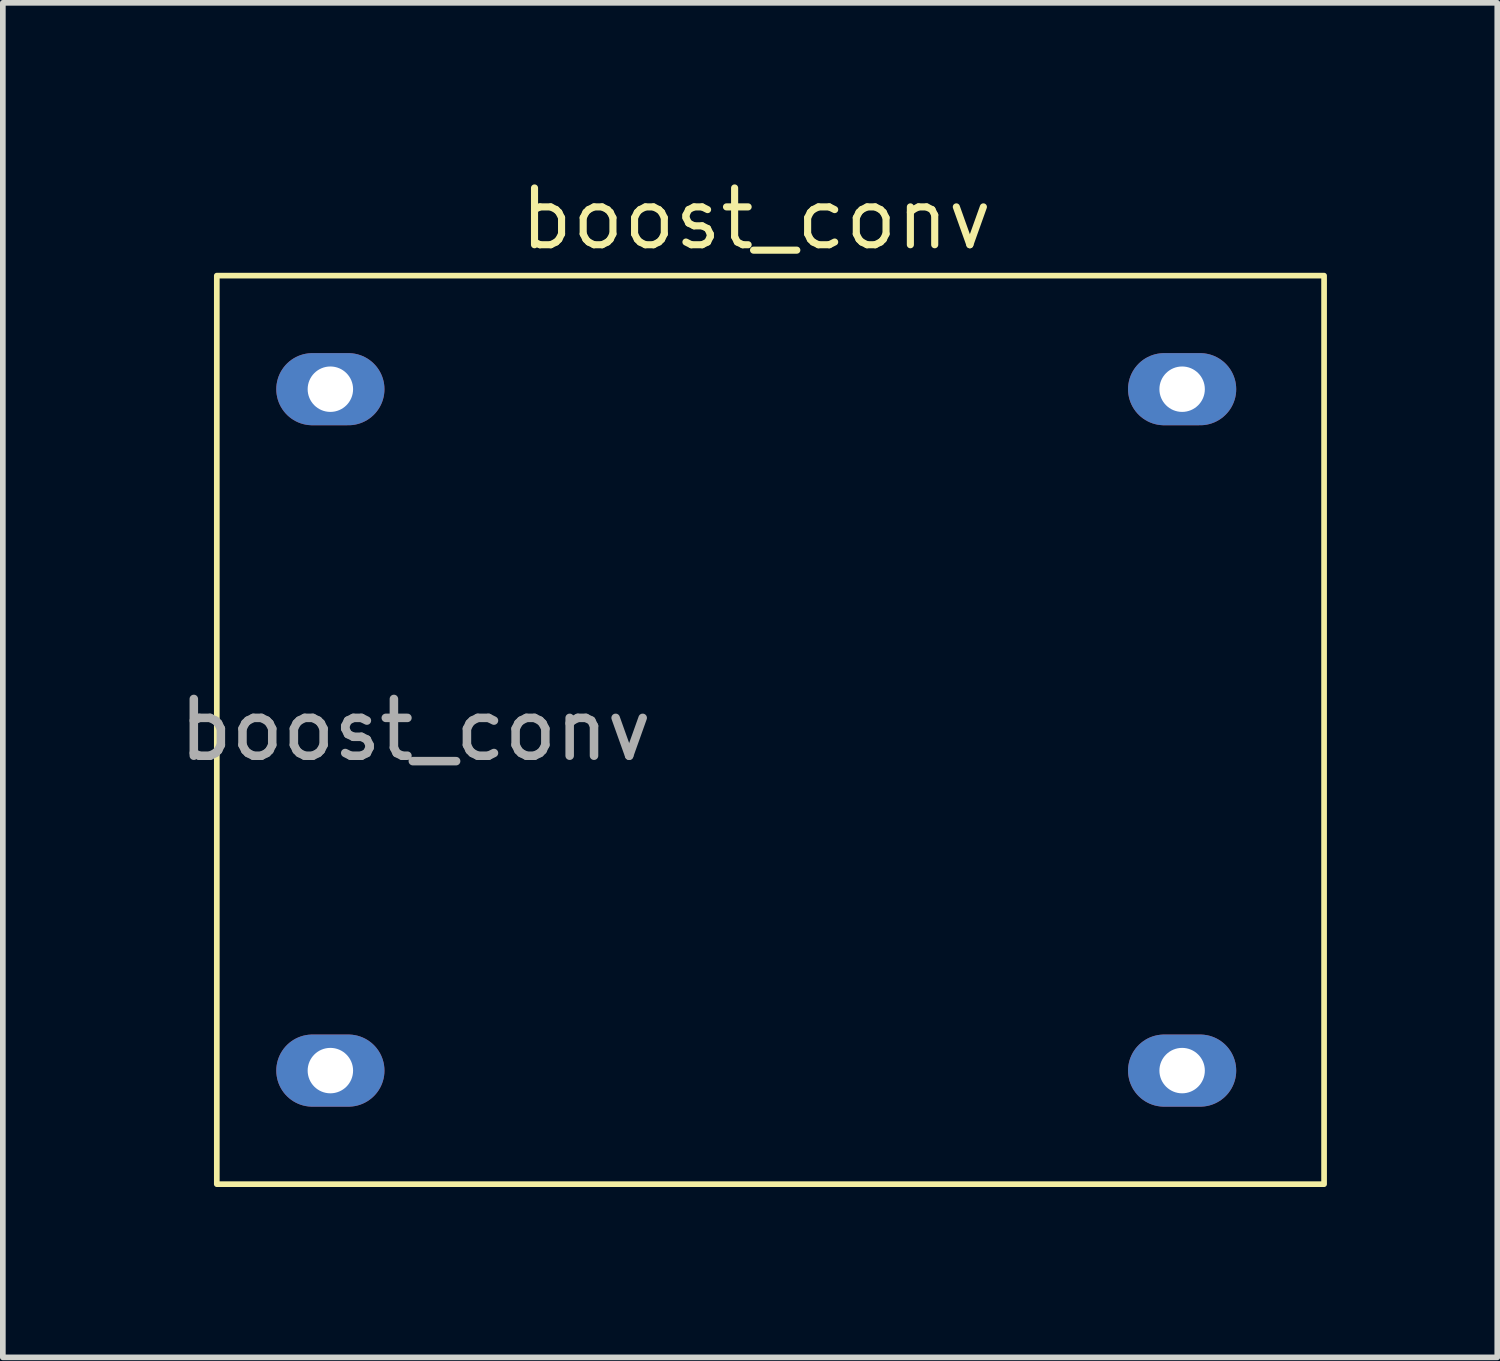
<source format=kicad_pcb>
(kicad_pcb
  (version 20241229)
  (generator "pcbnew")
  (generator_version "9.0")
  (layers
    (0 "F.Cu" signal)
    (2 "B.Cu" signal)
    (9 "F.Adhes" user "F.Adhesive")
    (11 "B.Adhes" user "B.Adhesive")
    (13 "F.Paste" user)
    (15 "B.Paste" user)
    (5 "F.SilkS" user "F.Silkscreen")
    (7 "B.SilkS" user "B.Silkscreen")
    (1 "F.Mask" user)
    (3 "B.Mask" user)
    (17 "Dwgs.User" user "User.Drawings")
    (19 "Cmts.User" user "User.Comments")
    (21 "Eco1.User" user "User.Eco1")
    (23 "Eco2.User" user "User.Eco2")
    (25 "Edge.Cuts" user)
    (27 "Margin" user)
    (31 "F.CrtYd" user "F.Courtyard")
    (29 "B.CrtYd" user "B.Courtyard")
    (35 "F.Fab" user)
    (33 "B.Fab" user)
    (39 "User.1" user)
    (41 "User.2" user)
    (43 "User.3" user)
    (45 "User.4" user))
  (footprint "boost_conv"
    (layer "F.Cu")
    (at 4.268 7.304)
    (property "Reference" "boost_conv" (at 6 -6.5 0) (unlocked yes) (layer "F.SilkS") (effects (font (size 1 1) (thickness 0.125))))
    (attr smd)
    (fp_rect (start -3.5 -5.5) (end 16 10.5) (stroke (width 0.1) (type default)) (fill no) (layer "F.SilkS"))
    (fp_text user "${REFERENCE}" (at 0 2.5 0) (unlocked yes) (layer "F.Fab") (effects (font (size 1 1) (thickness 0.15))))
    (pad "1" thru_hole oval (at -1.5 -3.5) (size 1.905 1.27) (drill 0.8) (layers "*.Cu" "*.Mask"))
    (pad "2" thru_hole oval (at -1.5 8.5) (size 1.905 1.27) (drill 0.8) (layers "*.Cu" "*.Mask"))
    (pad "3" thru_hole oval (at 13.5 -3.5) (size 1.905 1.27) (drill 0.8) (layers "*.Cu" "*.Mask"))
    (pad "4" thru_hole oval (at 13.5 8.5) (size 1.905 1.27) (drill 0.8) (layers "*.Cu" "*.Mask")))
  (gr_rect
    (start -3 -3)
    (end 23.318 20.854)
    (stroke (width 0.1) (type default))
    (fill no)
    (layer "Edge.Cuts")))
</source>
